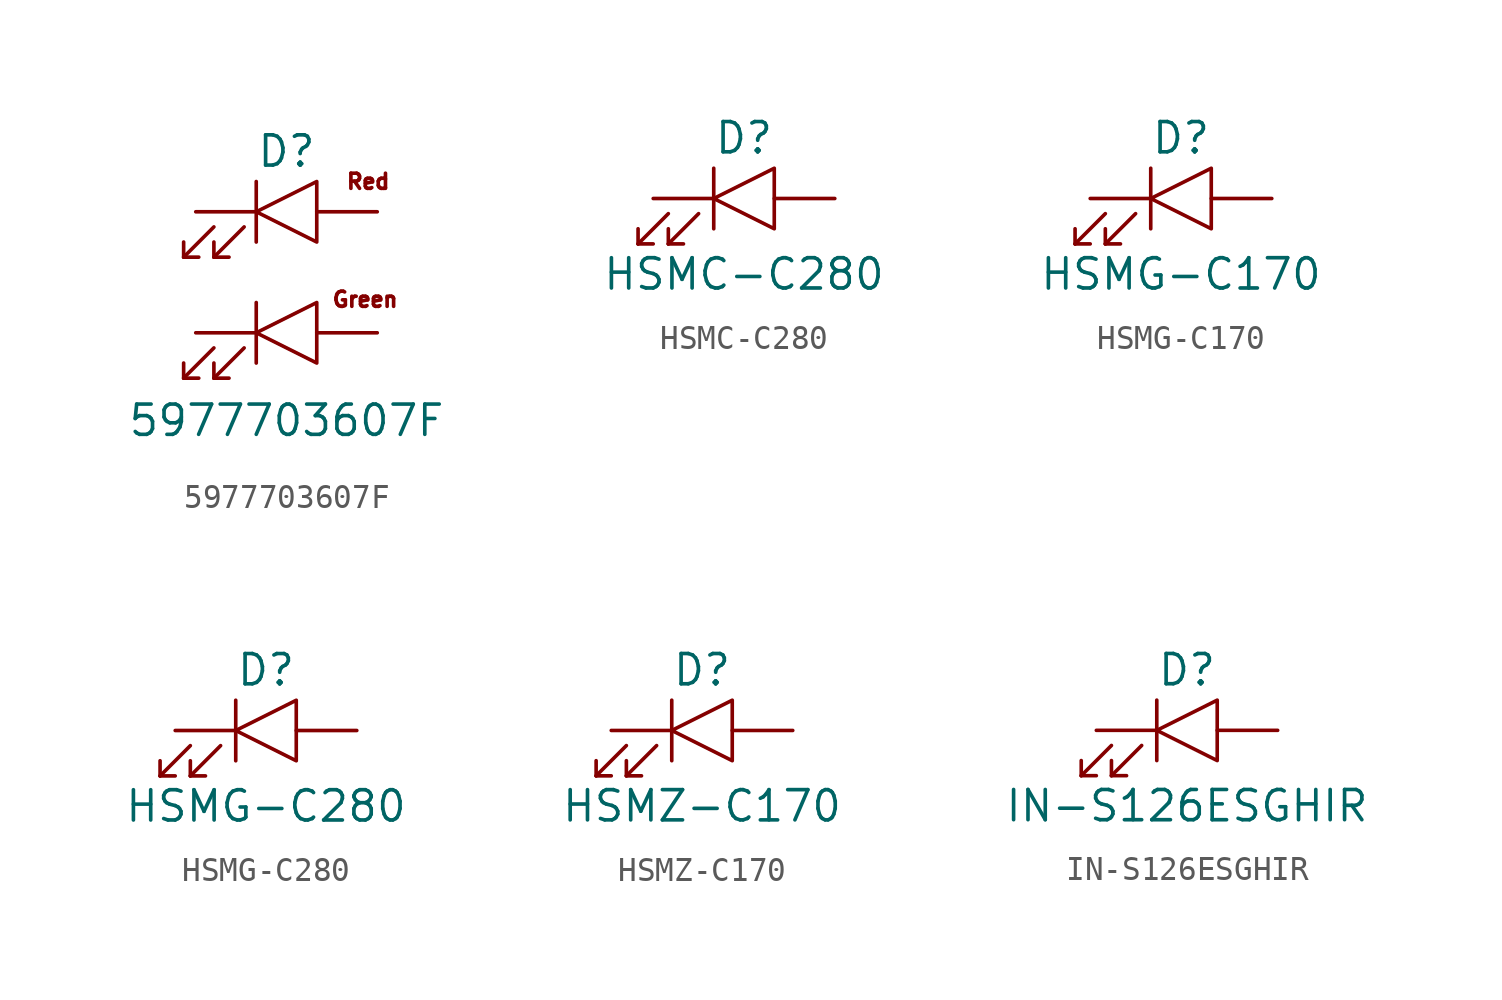
<source format=kicad_sym>
(kicad_symbol_lib
  (version 20220914)
  (generator kicad_symbol_editor)
  (symbol "5977703607F"
    (pin_numbers hide)
    (pin_names
      (offset 1.016))
    (property "Reference" "D"
      (at 0 2.54 0)
      (effects (font (size 1.27 1.27))))
    (property "Value" "5977703607F"
      (at 0 -8.763 0)
      (effects (font (size 1.27 1.27))))
    (symbol "5977703607F_0_0"
      (text "Green" (at 3.302 -3.683 0) (effects (font (size 0.635 0.635))))
      (text "Red" (at 3.429 1.27 0) (effects (font (size 0.635 0.635)))))
    (symbol "5977703607F_0_1"
      (polyline (pts (xy -4.318 -6.985) (xy -4.318 -6.35)) (stroke (width 0) (type solid)) (fill (type none)))
      (polyline (pts (xy -4.318 -6.985) (xy -3.683 -6.985)) (stroke (width 0) (type solid)) (fill (type none)))
      (polyline (pts (xy -3.048 -6.985) (xy -3.048 -6.35)) (stroke (width 0) (type solid)) (fill (type none)))
      (polyline (pts (xy -3.048 -6.985) (xy -2.413 -6.985)) (stroke (width 0) (type solid)) (fill (type none)))
      (polyline (pts (xy -3.048 -5.715) (xy -4.318 -6.985)) (stroke (width 0) (type solid)) (fill (type none)))
      (polyline (pts (xy -1.778 -5.715) (xy -3.048 -6.985)) (stroke (width 0) (type solid)) (fill (type none)))
      (polyline (pts (xy -1.27 -3.81) (xy -1.27 -6.35)) (stroke (width 0) (type solid)) (fill (type none)))
      (polyline (pts (xy -1.27 -5.08) (xy 1.27 -3.81) (xy 1.27 -6.35) (xy -1.27 -5.08)) (stroke (width 0) (type solid)) (fill (type none))))
    (symbol "5977703607F_1_1"
      (polyline (pts (xy -4.318 -1.905) (xy -4.318 -1.27)) (stroke (width 0) (type solid)) (fill (type none)))
      (polyline (pts (xy -4.318 -1.905) (xy -3.683 -1.905)) (stroke (width 0) (type solid)) (fill (type none)))
      (polyline (pts (xy -3.048 -1.905) (xy -3.048 -1.27)) (stroke (width 0) (type solid)) (fill (type none)))
      (polyline (pts (xy -3.048 -1.905) (xy -2.413 -1.905)) (stroke (width 0) (type solid)) (fill (type none)))
      (polyline (pts (xy -3.048 -0.635) (xy -4.318 -1.905)) (stroke (width 0) (type solid)) (fill (type none)))
      (polyline (pts (xy -1.778 -0.635) (xy -3.048 -1.905)) (stroke (width 0) (type solid)) (fill (type none)))
      (polyline (pts (xy -1.27 1.27) (xy -1.27 -1.27)) (stroke (width 0) (type solid)) (fill (type none)))
      (polyline (pts (xy -1.27 0) (xy 1.27 1.27) (xy 1.27 -1.27) (xy -1.27 0)) (stroke (width 0) (type solid)) (fill (type none)))
      (pin passive line (at -3.81 -5.08 0) (length 2.54) (name "~" (effects (font (size 1.27 1.27)))) (number "1" (effects (font (size 1.27 1.27)))))
      (pin passive line (at 3.81 -5.08 180) (length 2.54) (name "~" (effects (font (size 1.27 1.27)))) (number "2" (effects (font (size 1.27 1.27)))))
      (pin passive line (at 3.81 0 180) (length 2.54) (name "~" (effects (font (size 1.27 1.27)))) (number "3" (effects (font (size 1.27 1.27)))))
      (pin passive line (at -3.81 0 0) (length 2.54) (name "~" (effects (font (size 1.27 1.27)))) (number "4" (effects (font (size 1.27 1.27)))))))
  (symbol "HSMC-C280"
    (pin_numbers hide)
    (pin_names
      (offset 1.016))
    (property "Reference" "D"
      (at 0 2.54 0)
      (effects (font (size 1.27 1.27))))
    (property "Value" "HSMC-C280"
      (at 0 -3.175 0)
      (effects (font (size 1.27 1.27))))
    (symbol "HSMC-C280_0_1"
      (polyline (pts (xy -4.445 -1.905) (xy -4.445 -1.27)) (stroke (width 0) (type solid)) (fill (type none)))
      (polyline (pts (xy -4.445 -1.905) (xy -3.81 -1.905)) (stroke (width 0) (type solid)) (fill (type none)))
      (polyline (pts (xy -3.175 -1.905) (xy -3.175 -1.27)) (stroke (width 0) (type solid)) (fill (type none)))
      (polyline (pts (xy -3.175 -1.905) (xy -2.54 -1.905)) (stroke (width 0) (type solid)) (fill (type none)))
      (polyline (pts (xy -3.175 -0.635) (xy -4.445 -1.905)) (stroke (width 0) (type solid)) (fill (type none)))
      (polyline (pts (xy -1.905 -0.635) (xy -3.175 -1.905)) (stroke (width 0) (type solid)) (fill (type none)))
      (polyline (pts (xy -1.27 1.27) (xy -1.27 -1.27)) (stroke (width 0) (type solid)) (fill (type none)))
      (polyline (pts (xy -1.27 0) (xy 1.27 1.27) (xy 1.27 -1.27) (xy -1.27 0)) (stroke (width 0) (type solid)) (fill (type none))))
    (symbol "HSMC-C280_1_1"
      (pin passive line (at -3.81 0 0) (length 2.54) (name "~" (effects (font (size 1.27 1.27)))) (number "1" (effects (font (size 1.27 1.27)))))
      (pin passive line (at 3.81 0 180) (length 2.54) (name "~" (effects (font (size 1.27 1.27)))) (number "2" (effects (font (size 1.27 1.27)))))))
  (symbol "HSMG-C170"
    (pin_numbers hide)
    (pin_names
      (offset 1.016))
    (property "Reference" "D"
      (at 0 2.54 0)
      (effects (font (size 1.27 1.27))))
    (property "Value" "HSMG-C170"
      (at 0 -3.175 0)
      (effects (font (size 1.27 1.27))))
    (symbol "HSMG-C170_0_1"
      (polyline (pts (xy -4.445 -1.905) (xy -4.445 -1.27)) (stroke (width 0) (type solid)) (fill (type none)))
      (polyline (pts (xy -4.445 -1.905) (xy -3.81 -1.905)) (stroke (width 0) (type solid)) (fill (type none)))
      (polyline (pts (xy -3.175 -1.905) (xy -3.175 -1.27)) (stroke (width 0) (type solid)) (fill (type none)))
      (polyline (pts (xy -3.175 -1.905) (xy -2.54 -1.905)) (stroke (width 0) (type solid)) (fill (type none)))
      (polyline (pts (xy -3.175 -0.635) (xy -4.445 -1.905)) (stroke (width 0) (type solid)) (fill (type none)))
      (polyline (pts (xy -1.905 -0.635) (xy -3.175 -1.905)) (stroke (width 0) (type solid)) (fill (type none)))
      (polyline (pts (xy -1.27 1.27) (xy -1.27 -1.27)) (stroke (width 0) (type solid)) (fill (type none)))
      (polyline (pts (xy -1.27 0) (xy 1.27 1.27) (xy 1.27 -1.27) (xy -1.27 0)) (stroke (width 0) (type solid)) (fill (type none))))
    (symbol "HSMG-C170_1_1"
      (pin passive line (at -3.81 0 0) (length 2.54) (name "~" (effects (font (size 1.27 1.27)))) (number "1" (effects (font (size 1.27 1.27)))))
      (pin passive line (at 3.81 0 180) (length 2.54) (name "~" (effects (font (size 1.27 1.27)))) (number "2" (effects (font (size 1.27 1.27)))))))
  (symbol "HSMG-C280"
    (pin_numbers hide)
    (pin_names
      (offset 1.016))
    (property "Reference" "D"
      (at 0 2.54 0)
      (effects (font (size 1.27 1.27))))
    (property "Value" "HSMG-C280"
      (at 0 -3.175 0)
      (effects (font (size 1.27 1.27))))
    (symbol "HSMG-C280_0_1"
      (polyline (pts (xy -4.445 -1.905) (xy -4.445 -1.27)) (stroke (width 0) (type solid)) (fill (type none)))
      (polyline (pts (xy -4.445 -1.905) (xy -3.81 -1.905)) (stroke (width 0) (type solid)) (fill (type none)))
      (polyline (pts (xy -3.175 -1.905) (xy -3.175 -1.27)) (stroke (width 0) (type solid)) (fill (type none)))
      (polyline (pts (xy -3.175 -1.905) (xy -2.54 -1.905)) (stroke (width 0) (type solid)) (fill (type none)))
      (polyline (pts (xy -3.175 -0.635) (xy -4.445 -1.905)) (stroke (width 0) (type solid)) (fill (type none)))
      (polyline (pts (xy -1.905 -0.635) (xy -3.175 -1.905)) (stroke (width 0) (type solid)) (fill (type none)))
      (polyline (pts (xy -1.27 1.27) (xy -1.27 -1.27)) (stroke (width 0) (type solid)) (fill (type none)))
      (polyline (pts (xy -1.27 0) (xy 1.27 1.27) (xy 1.27 -1.27) (xy -1.27 0)) (stroke (width 0) (type solid)) (fill (type none))))
    (symbol "HSMG-C280_1_1"
      (pin passive line (at -3.81 0 0) (length 2.54) (name "~" (effects (font (size 1.27 1.27)))) (number "1" (effects (font (size 1.27 1.27)))))
      (pin passive line (at 3.81 0 180) (length 2.54) (name "~" (effects (font (size 1.27 1.27)))) (number "2" (effects (font (size 1.27 1.27)))))))
  (symbol "HSMZ-C170"
    (pin_numbers hide)
    (pin_names
      (offset 1.016))
    (property "Reference" "D"
      (at 0 2.54 0)
      (effects (font (size 1.27 1.27))))
    (property "Value" "HSMZ-C170"
      (at 0 -3.175 0)
      (effects (font (size 1.27 1.27))))
    (symbol "HSMZ-C170_0_1"
      (polyline (pts (xy -4.445 -1.905) (xy -4.445 -1.27)) (stroke (width 0) (type solid)) (fill (type none)))
      (polyline (pts (xy -4.445 -1.905) (xy -3.81 -1.905)) (stroke (width 0) (type solid)) (fill (type none)))
      (polyline (pts (xy -3.175 -1.905) (xy -3.175 -1.27)) (stroke (width 0) (type solid)) (fill (type none)))
      (polyline (pts (xy -3.175 -1.905) (xy -2.54 -1.905)) (stroke (width 0) (type solid)) (fill (type none)))
      (polyline (pts (xy -3.175 -0.635) (xy -4.445 -1.905)) (stroke (width 0) (type solid)) (fill (type none)))
      (polyline (pts (xy -1.905 -0.635) (xy -3.175 -1.905)) (stroke (width 0) (type solid)) (fill (type none)))
      (polyline (pts (xy -1.27 1.27) (xy -1.27 -1.27)) (stroke (width 0) (type solid)) (fill (type none)))
      (polyline (pts (xy -1.27 0) (xy 1.27 1.27) (xy 1.27 -1.27) (xy -1.27 0)) (stroke (width 0) (type solid)) (fill (type none))))
    (symbol "HSMZ-C170_1_1"
      (pin passive line (at -3.81 0 0) (length 2.54) (name "~" (effects (font (size 1.27 1.27)))) (number "1" (effects (font (size 1.27 1.27)))))
      (pin passive line (at 3.81 0 180) (length 2.54) (name "~" (effects (font (size 1.27 1.27)))) (number "2" (effects (font (size 1.27 1.27)))))))
  (symbol "IN-S126ESGHIR"
    (pin_numbers hide)
    (pin_names
      (offset 1.016))
    (property "Reference" "D"
      (at 0 2.54 0)
      (effects (font (size 1.27 1.27))))
    (property "Value" "IN-S126ESGHIR"
      (at 0 -3.175 0)
      (effects (font (size 1.27 1.27))))
    (symbol "IN-S126ESGHIR_0_1"
      (polyline (pts (xy -4.445 -1.905) (xy -4.445 -1.27)) (stroke (width 0) (type solid)) (fill (type none)))
      (polyline (pts (xy -4.445 -1.905) (xy -3.81 -1.905)) (stroke (width 0) (type solid)) (fill (type none)))
      (polyline (pts (xy -3.175 -1.905) (xy -3.175 -1.27)) (stroke (width 0) (type solid)) (fill (type none)))
      (polyline (pts (xy -3.175 -1.905) (xy -2.54 -1.905)) (stroke (width 0) (type solid)) (fill (type none)))
      (polyline (pts (xy -3.175 -0.635) (xy -4.445 -1.905)) (stroke (width 0) (type solid)) (fill (type none)))
      (polyline (pts (xy -1.905 -0.635) (xy -3.175 -1.905)) (stroke (width 0) (type solid)) (fill (type none)))
      (polyline (pts (xy -1.27 1.27) (xy -1.27 -1.27)) (stroke (width 0) (type solid)) (fill (type none)))
      (polyline (pts (xy -1.27 0) (xy 1.27 1.27) (xy 1.27 -1.27) (xy -1.27 0)) (stroke (width 0) (type solid)) (fill (type none))))
    (symbol "IN-S126ESGHIR_1_1"
      (pin passive line (at -3.81 0 0) (length 2.54) (name "~" (effects (font (size 1.27 1.27)))) (number "1" (effects (font (size 1.27 1.27)))))
      (pin passive line (at 3.81 0 180) (length 2.54) (name "~" (effects (font (size 1.27 1.27)))) (number "2" (effects (font (size 1.27 1.27))))))))
</source>
